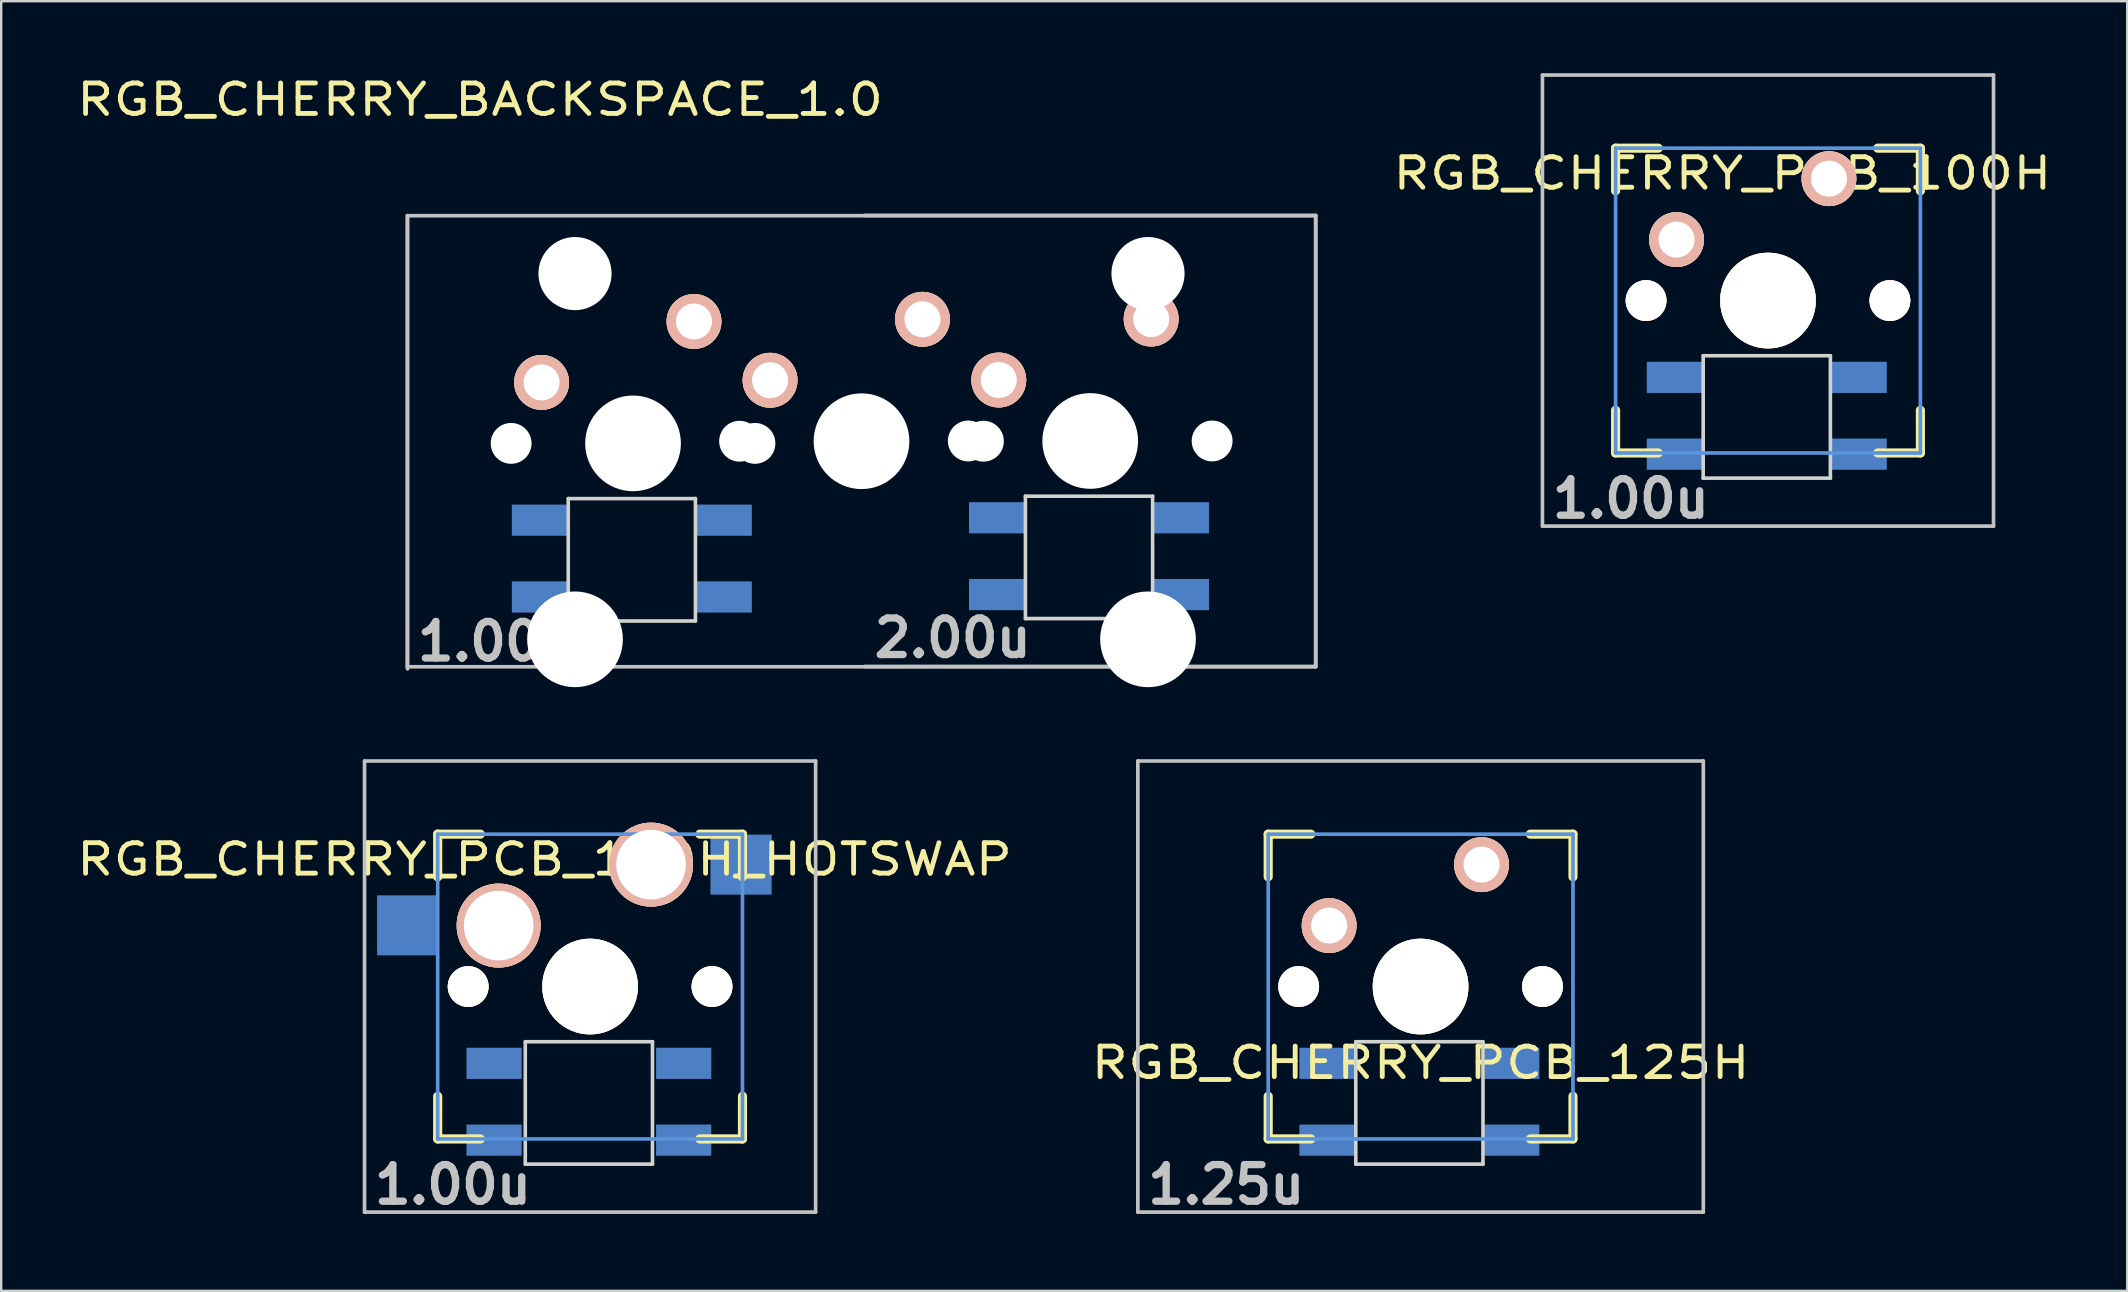
<source format=kicad_pcb>
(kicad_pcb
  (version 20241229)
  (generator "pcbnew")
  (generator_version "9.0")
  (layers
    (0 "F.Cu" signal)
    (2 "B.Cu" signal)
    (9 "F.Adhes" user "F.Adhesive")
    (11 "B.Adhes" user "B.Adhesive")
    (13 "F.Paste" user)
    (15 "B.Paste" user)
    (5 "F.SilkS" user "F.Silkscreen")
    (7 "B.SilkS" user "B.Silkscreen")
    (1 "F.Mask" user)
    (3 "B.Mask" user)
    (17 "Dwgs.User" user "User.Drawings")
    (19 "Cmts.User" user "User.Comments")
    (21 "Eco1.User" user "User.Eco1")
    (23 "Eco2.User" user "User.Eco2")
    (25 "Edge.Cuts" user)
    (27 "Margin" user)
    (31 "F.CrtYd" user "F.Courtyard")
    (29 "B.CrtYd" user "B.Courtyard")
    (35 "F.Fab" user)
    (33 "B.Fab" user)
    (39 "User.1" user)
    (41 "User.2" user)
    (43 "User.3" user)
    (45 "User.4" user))
  (footprint "RGB_CHERRY_PCB_125H"
    (layer "F.Cu")
    (at 56.144 38.058)
    (property "Reference" "RGB_CHERRY_PCB_125H" (at 0 3.175 0) (layer "F.SilkS") (effects (font (size 1.27 1.524) (thickness 0.203))))
    (attr through_hole)
    (fp_line (start -6.35 -6.35) (end -4.572 -6.35) (stroke (width 0.381) (type solid)) (layer "F.SilkS"))
    (fp_line (start -6.35 -4.572) (end -6.35 -6.35) (stroke (width 0.381) (type solid)) (layer "F.SilkS"))
    (fp_line (start -6.35 6.35) (end -6.35 4.572) (stroke (width 0.381) (type solid)) (layer "F.SilkS"))
    (fp_line (start -4.572 6.35) (end -6.35 6.35) (stroke (width 0.381) (type solid)) (layer "F.SilkS"))
    (fp_line (start 4.572 -6.35) (end 6.35 -6.35) (stroke (width 0.381) (type solid)) (layer "F.SilkS"))
    (fp_line (start 6.35 -6.35) (end 6.35 -4.572) (stroke (width 0.381) (type solid)) (layer "F.SilkS"))
    (fp_line (start 6.35 4.572) (end 6.35 6.35) (stroke (width 0.381) (type solid)) (layer "F.SilkS"))
    (fp_line (start 6.35 6.35) (end 4.572 6.35) (stroke (width 0.381) (type solid)) (layer "F.SilkS"))
    (fp_line (start -11.781 -9.398) (end 11.781 -9.398) (stroke (width 0.152) (type solid)) (layer "Dwgs.User"))
    (fp_line (start -11.781 9.398) (end -11.781 -9.398) (stroke (width 0.152) (type solid)) (layer "Dwgs.User"))
    (fp_line (start 11.781 -9.398) (end 11.781 9.398) (stroke (width 0.152) (type solid)) (layer "Dwgs.User"))
    (fp_line (start 11.781 9.398) (end -11.781 9.398) (stroke (width 0.152) (type solid)) (layer "Dwgs.User"))
    (fp_line (start -6.35 -6.35) (end 6.35 -6.35) (stroke (width 0.152) (type solid)) (layer "Cmts.User"))
    (fp_line (start -6.35 6.35) (end -6.35 -6.35) (stroke (width 0.152) (type solid)) (layer "Cmts.User"))
    (fp_line (start 6.35 -6.35) (end 6.35 6.35) (stroke (width 0.152) (type solid)) (layer "Cmts.User"))
    (fp_line (start 6.35 6.35) (end -6.35 6.35) (stroke (width 0.152) (type solid)) (layer "Cmts.User"))
    (fp_line (start -6.985 -6.985) (end 6.985 -6.985) (stroke (width 0.152) (type solid)) (layer "Eco2.User"))
    (fp_line (start -6.985 6.985) (end -6.985 -6.985) (stroke (width 0.152) (type solid)) (layer "Eco2.User"))
    (fp_line (start 6.985 -6.985) (end 6.985 6.985) (stroke (width 0.152) (type solid)) (layer "Eco2.User"))
    (fp_line (start 6.985 6.985) (end -6.985 6.985) (stroke (width 0.152) (type solid)) (layer "Eco2.User"))
    (fp_line (start -2.7 2.3) (end -2.7 7.4) (stroke (width 0.15) (type solid)) (layer "Edge.Cuts"))
    (fp_line (start -2.7 2.3) (end 2.6 2.3) (stroke (width 0.15) (type solid)) (layer "Edge.Cuts"))
    (fp_line (start 2.6 2.3) (end 2.6 7.4) (stroke (width 0.15) (type solid)) (layer "Edge.Cuts"))
    (fp_line (start 2.6 7.4) (end -2.7 7.4) (stroke (width 0.15) (type solid)) (layer "Edge.Cuts"))
    (fp_text user "1.25u" (at -8.098 8.255 0) (layer "Dwgs.User") (effects (font (size 1.524 1.524) (thickness 0.305))))
    (pad "" np_thru_hole circle (at -5.08 0) (size 1.702 1.702) (drill 1.702) (layers "*.Cu" "*.SilkS" "*.Mask"))
    (pad "" np_thru_hole circle (at 0 0) (size 3.988 3.988) (drill 3.988) (layers "*.Cu" "*.SilkS" "*.Mask"))
    (pad "" np_thru_hole circle (at 5.08 0) (size 1.702 1.702) (drill 1.702) (layers "*.Cu" "*.SilkS" "*.Mask"))
    (pad "1" thru_hole circle (at 2.54 -5.08) (size 2.286 2.286) (drill 1.499) (layers "*.Cu" "*.SilkS" "*.Mask"))
    (pad "2" thru_hole circle (at -3.81 -2.54) (size 2.286 2.286) (drill 1.499) (layers "*.Cu" "*.SilkS" "*.Mask"))
    (pad "3" smd rect (at -2.8 3.2) (size 2.3 1.3) (drill (offset -1.1 0)) (layers "B.Cu" "B.Mask" "B.Paste"))
    (pad "4" smd rect (at -2.8 6.4) (size 2.3 1.3) (drill (offset -1.1 0)) (layers "B.Cu" "B.Mask" "B.Paste"))
    (pad "5" smd rect (at 2.7 6.4) (size 2.3 1.3) (drill (offset 1.1 0)) (layers "B.Cu" "B.Mask" "B.Paste"))
    (pad "6" smd rect (at 2.7 3.2) (size 2.3 1.3) (drill (offset 1.1 0)) (layers "B.Cu" "B.Mask" "B.Paste")))
  (footprint "RGB_CHERRY_PCB_100H_HOTSWAP"
    (layer "F.Cu")
    (at 21.538 38.058)
    (property "Reference" "RGB_CHERRY_PCB_100H_HOTSWAP" (at -1.9 -5.3 0) (layer "F.SilkS") (effects (font (size 1.27 1.524) (thickness 0.203))))
    (attr through_hole)
    (fp_line (start -6.35 -6.35) (end -4.572 -6.35) (stroke (width 0.381) (type solid)) (layer "F.SilkS"))
    (fp_line (start -6.35 -4.572) (end -6.35 -6.35) (stroke (width 0.381) (type solid)) (layer "F.SilkS"))
    (fp_line (start -6.35 6.35) (end -6.35 4.572) (stroke (width 0.381) (type solid)) (layer "F.SilkS"))
    (fp_line (start -4.572 6.35) (end -6.35 6.35) (stroke (width 0.381) (type solid)) (layer "F.SilkS"))
    (fp_line (start 4.572 -6.35) (end 6.35 -6.35) (stroke (width 0.381) (type solid)) (layer "F.SilkS"))
    (fp_line (start 6.35 -6.35) (end 6.35 -4.572) (stroke (width 0.381) (type solid)) (layer "F.SilkS"))
    (fp_line (start 6.35 4.572) (end 6.35 6.35) (stroke (width 0.381) (type solid)) (layer "F.SilkS"))
    (fp_line (start 6.35 6.35) (end 4.572 6.35) (stroke (width 0.381) (type solid)) (layer "F.SilkS"))
    (fp_line (start -9.398 -9.398) (end 9.398 -9.398) (stroke (width 0.152) (type solid)) (layer "Dwgs.User"))
    (fp_line (start -9.398 9.398) (end -9.398 -9.398) (stroke (width 0.152) (type solid)) (layer "Dwgs.User"))
    (fp_line (start 9.398 -9.398) (end 9.398 9.398) (stroke (width 0.152) (type solid)) (layer "Dwgs.User"))
    (fp_line (start 9.398 9.398) (end -9.398 9.398) (stroke (width 0.152) (type solid)) (layer "Dwgs.User"))
    (fp_line (start -6.35 -6.35) (end 6.35 -6.35) (stroke (width 0.152) (type solid)) (layer "Cmts.User"))
    (fp_line (start -6.35 6.35) (end -6.35 -6.35) (stroke (width 0.152) (type solid)) (layer "Cmts.User"))
    (fp_line (start 6.35 -6.35) (end 6.35 6.35) (stroke (width 0.152) (type solid)) (layer "Cmts.User"))
    (fp_line (start 6.35 6.35) (end -6.35 6.35) (stroke (width 0.152) (type solid)) (layer "Cmts.User"))
    (fp_line (start -6.985 -6.985) (end 6.985 -6.985) (stroke (width 0.152) (type solid)) (layer "Eco2.User"))
    (fp_line (start -6.985 6.985) (end -6.985 -6.985) (stroke (width 0.152) (type solid)) (layer "Eco2.User"))
    (fp_line (start 6.985 -6.985) (end 6.985 6.985) (stroke (width 0.152) (type solid)) (layer "Eco2.User"))
    (fp_line (start 6.985 6.985) (end -6.985 6.985) (stroke (width 0.152) (type solid)) (layer "Eco2.User"))
    (fp_line (start -2.7 2.3) (end -2.7 7.4) (stroke (width 0.15) (type solid)) (layer "Edge.Cuts"))
    (fp_line (start -2.7 2.3) (end 2.6 2.3) (stroke (width 0.15) (type solid)) (layer "Edge.Cuts"))
    (fp_line (start 2.6 2.3) (end 2.6 7.4) (stroke (width 0.15) (type solid)) (layer "Edge.Cuts"))
    (fp_line (start 2.6 7.4) (end -2.7 7.4) (stroke (width 0.15) (type solid)) (layer "Edge.Cuts"))
    (fp_text user "1.00u" (at -5.715 8.255 0) (layer "Dwgs.User") (effects (font (size 1.524 1.524) (thickness 0.305))))
    (pad "" np_thru_hole circle (at -5.08 0) (size 1.702 1.702) (drill 1.702) (layers "*.Cu" "*.SilkS" "*.Mask"))
    (pad "" np_thru_hole circle (at 0 0) (size 3.988 3.988) (drill 3.988) (layers "*.Cu" "*.SilkS" "*.Mask"))
    (pad "" np_thru_hole circle (at 5.08 0) (size 1.702 1.702) (drill 1.702) (layers "*.Cu" "*.SilkS" "*.Mask"))
    (pad "1" thru_hole circle (at 2.54 -5.08) (size 3.5 3.5) (drill 2.9) (layers "*.Cu" "*.SilkS" "*.Mask"))
    (pad "1" smd rect (at 6.29 -5.08) (size 2.55 2.5) (layers "B.Cu" "B.Mask" "B.Paste"))
    (pad "2" smd rect (at -7.6 -2.55) (size 2.55 2.5) (layers "B.Cu" "B.Mask" "B.Paste"))
    (pad "2" thru_hole circle (at -3.81 -2.54) (size 3.5 3.5) (drill 2.9) (layers "*.Cu" "*.SilkS" "*.Mask"))
    (pad "3" smd rect (at -5.1 3.2 180) (size 2.3 1.3) (drill (offset -1.1 0)) (layers "B.Cu" "B.Mask" "B.Paste"))
    (pad "4" smd rect (at -5.1 6.4 180) (size 2.3 1.3) (drill (offset -1.1 0)) (layers "B.Cu" "B.Mask" "B.Paste"))
    (pad "5" smd rect (at 5 6.4 180) (size 2.3 1.3) (drill (offset 1.1 0)) (layers "B.Cu" "B.Mask" "B.Paste"))
    (pad "6" smd rect (at 5 3.2 180) (size 2.3 1.3) (drill (offset 1.1 0)) (layers "B.Cu" "B.Mask" "B.Paste")))
  (footprint "RGB_CHERRY_BACKSPACE_1.0"
    (layer "F.Cu")
    (at 30.998 13.485)
    (property "Reference" "RGB_CHERRY_BACKSPACE_1.0" (at -14.045 -12.385 0) (layer "F.SilkS") (effects (font (size 1.27 1.524) (thickness 0.203))))
    (attr through_hole)
    (fp_line (start -17.073 -7.548) (end 20.773 -7.548) (stroke (width 0.152) (type solid)) (layer "Dwgs.User"))
    (fp_line (start -17.073 11.248) (end -17.073 -7.548) (stroke (width 0.152) (type solid)) (layer "Dwgs.User"))
    (fp_line (start -17.068 11.338) (end -17.068 -7.458) (stroke (width 0.152) (type solid)) (layer "Dwgs.User"))
    (fp_line (start 1.982 -7.558) (end 20.778 -7.558) (stroke (width 0.152) (type solid)) (layer "Dwgs.User"))
    (fp_line (start 20.773 -7.548) (end 20.773 11.248) (stroke (width 0.152) (type solid)) (layer "Dwgs.User"))
    (fp_line (start 20.773 11.248) (end -17.073 11.248) (stroke (width 0.152) (type solid)) (layer "Dwgs.User"))
    (fp_line (start 20.778 -7.558) (end 20.778 11.238) (stroke (width 0.152) (type solid)) (layer "Dwgs.User"))
    (fp_line (start 20.778 11.238) (end 1.982 11.238) (stroke (width 0.152) (type solid)) (layer "Dwgs.User"))
    (fp_line (start -14.655 -5.045) (end -0.685 -5.045) (stroke (width 0.152) (type solid)) (layer "Eco2.User"))
    (fp_line (start -14.655 8.925) (end -14.655 -5.045) (stroke (width 0.152) (type solid)) (layer "Eco2.User"))
    (fp_line (start 4.395 -5.145) (end 18.365 -5.145) (stroke (width 0.152) (type solid)) (layer "Eco2.User"))
    (fp_line (start 18.365 -5.145) (end 18.365 8.825) (stroke (width 0.152) (type solid)) (layer "Eco2.User"))
    (fp_line (start -10.37 4.24) (end -10.37 9.34) (stroke (width 0.15) (type solid)) (layer "Edge.Cuts"))
    (fp_line (start -10.37 4.24) (end -5.07 4.24) (stroke (width 0.15) (type solid)) (layer "Edge.Cuts"))
    (fp_line (start -5.07 4.24) (end -5.07 9.34) (stroke (width 0.15) (type solid)) (layer "Edge.Cuts"))
    (fp_line (start -5.07 9.34) (end -10.37 9.34) (stroke (width 0.15) (type solid)) (layer "Edge.Cuts"))
    (fp_line (start 8.68 4.14) (end 8.68 9.24) (stroke (width 0.15) (type solid)) (layer "Edge.Cuts"))
    (fp_line (start 8.68 4.14) (end 13.98 4.14) (stroke (width 0.15) (type solid)) (layer "Edge.Cuts"))
    (fp_line (start 13.98 4.14) (end 13.98 9.24) (stroke (width 0.15) (type solid)) (layer "Edge.Cuts"))
    (fp_line (start 13.98 9.24) (end 8.68 9.24) (stroke (width 0.15) (type solid)) (layer "Edge.Cuts"))
    (fp_text user "1.00u" (at -13.385 10.195 0) (layer "Dwgs.User") (effects (font (size 1.524 1.524) (thickness 0.305))))
    (fp_text user "2.00u" (at 5.65 10.05 0) (layer "Dwgs.User") (effects (font (size 1.524 1.524) (thickness 0.305))))
    (pad "" np_thru_hole circle (at -12.75 1.94) (size 1.702 1.702) (drill 1.702) (layers "*.Cu"))
    (pad "" np_thru_hole circle (at -10.088 -5.135) (size 3.048 3.048) (drill 3.048) (layers "*.Cu"))
    (pad "" np_thru_hole circle (at -10.088 10.105) (size 3.988 3.988) (drill 3.988) (layers "*.Cu"))
    (pad "" np_thru_hole circle (at -7.67 1.94) (size 3.988 3.988) (drill 3.988) (layers "*.Cu"))
    (pad "" np_thru_hole circle (at -3.23 1.85) (size 1.702 1.702) (drill 1.702) (layers "*.Cu"))
    (pad "" np_thru_hole circle (at -2.59 1.94) (size 1.702 1.702) (drill 1.702) (layers "*.Cu"))
    (pad "" np_thru_hole circle (at 1.85 1.85) (size 3.988 3.988) (drill 3.988) (layers "*.Cu"))
    (pad "" np_thru_hole circle (at 6.3 1.84) (size 1.702 1.702) (drill 1.702) (layers "*.Cu"))
    (pad "" np_thru_hole circle (at 6.93 1.85) (size 1.702 1.702) (drill 1.702) (layers "*.Cu"))
    (pad "" np_thru_hole circle (at 11.38 1.84) (size 3.988 3.988) (drill 3.988) (layers "*.Cu"))
    (pad "" np_thru_hole circle (at 13.788 -5.135) (size 3.048 3.048) (drill 3.048) (layers "*.Cu"))
    (pad "" np_thru_hole circle (at 13.788 10.105) (size 3.988 3.988) (drill 3.988) (layers "*.Cu"))
    (pad "" np_thru_hole circle (at 16.46 1.84) (size 1.702 1.702) (drill 1.702) (layers "*.Cu"))
    (pad "1" thru_hole circle (at -5.13 -3.14) (size 2.286 2.286) (drill 1.499) (layers "*.Cu" "*.SilkS" "*.Mask"))
    (pad "1" thru_hole circle (at 4.39 -3.23) (size 2.286 2.286) (drill 1.499) (layers "*.Cu" "*.SilkS" "*.Mask"))
    (pad "2" thru_hole circle (at -11.48 -0.6) (size 2.286 2.286) (drill 1.499) (layers "*.Cu" "*.SilkS" "*.Mask"))
    (pad "2" thru_hole circle (at -1.96 -0.69) (size 2.286 2.286) (drill 1.499) (layers "*.Cu" "*.SilkS" "*.Mask"))
    (pad "3" thru_hole circle (at 13.92 -3.24) (size 2.286 2.286) (drill 1.499) (layers "*.Cu" "*.SilkS" "*.Mask"))
    (pad "4" thru_hole circle (at 7.57 -0.7) (size 2.286 2.286) (drill 1.499) (layers "*.Cu" "*.SilkS" "*.Mask"))
    (pad "5" smd rect (at -10.47 5.14) (size 2.3 1.3) (drill (offset -1.1 0)) (layers "B.Cu" "B.Mask" "B.Paste"))
    (pad "6" smd rect (at -10.47 8.34) (size 2.3 1.3) (drill (offset -1.1 0)) (layers "B.Cu" "B.Mask" "B.Paste"))
    (pad "7" smd rect (at -4.97 8.34) (size 2.3 1.3) (drill (offset 1.1 0)) (layers "B.Cu" "B.Mask" "B.Paste"))
    (pad "8" smd rect (at -4.97 5.14) (size 2.3 1.3) (drill (offset 1.1 0)) (layers "B.Cu" "B.Mask" "B.Paste"))
    (pad "9" smd rect (at 8.58 5.04) (size 2.3 1.3) (drill (offset -1.1 0)) (layers "B.Cu" "B.Mask" "B.Paste"))
    (pad "10" smd rect (at 8.58 8.24) (size 2.3 1.3) (drill (offset -1.1 0)) (layers "B.Cu" "B.Mask" "B.Paste"))
    (pad "11" smd rect (at 14.08 8.24) (size 2.3 1.3) (drill (offset 1.1 0)) (layers "B.Cu" "B.Mask" "B.Paste"))
    (pad "12" smd rect (at 14.08 5.04) (size 2.3 1.3) (drill (offset 1.1 0)) (layers "B.Cu" "B.Mask" "B.Paste")))
  (footprint "RGB_CHERRY_PCB_100H"
    (layer "F.Cu")
    (at 70.62 9.474)
    (property "Reference" "RGB_CHERRY_PCB_100H" (at -1.9 -5.3 0) (layer "F.SilkS") (effects (font (size 1.27 1.524) (thickness 0.203))))
    (attr through_hole)
    (fp_line (start -6.35 -6.35) (end -4.572 -6.35) (stroke (width 0.381) (type solid)) (layer "F.SilkS"))
    (fp_line (start -6.35 -4.572) (end -6.35 -6.35) (stroke (width 0.381) (type solid)) (layer "F.SilkS"))
    (fp_line (start -6.35 6.35) (end -6.35 4.572) (stroke (width 0.381) (type solid)) (layer "F.SilkS"))
    (fp_line (start -4.572 6.35) (end -6.35 6.35) (stroke (width 0.381) (type solid)) (layer "F.SilkS"))
    (fp_line (start 4.572 -6.35) (end 6.35 -6.35) (stroke (width 0.381) (type solid)) (layer "F.SilkS"))
    (fp_line (start 6.35 -6.35) (end 6.35 -4.572) (stroke (width 0.381) (type solid)) (layer "F.SilkS"))
    (fp_line (start 6.35 4.572) (end 6.35 6.35) (stroke (width 0.381) (type solid)) (layer "F.SilkS"))
    (fp_line (start 6.35 6.35) (end 4.572 6.35) (stroke (width 0.381) (type solid)) (layer "F.SilkS"))
    (fp_line (start -9.398 -9.398) (end 9.398 -9.398) (stroke (width 0.152) (type solid)) (layer "Dwgs.User"))
    (fp_line (start -9.398 9.398) (end -9.398 -9.398) (stroke (width 0.152) (type solid)) (layer "Dwgs.User"))
    (fp_line (start 9.398 -9.398) (end 9.398 9.398) (stroke (width 0.152) (type solid)) (layer "Dwgs.User"))
    (fp_line (start 9.398 9.398) (end -9.398 9.398) (stroke (width 0.152) (type solid)) (layer "Dwgs.User"))
    (fp_line (start -6.35 -6.35) (end 6.35 -6.35) (stroke (width 0.152) (type solid)) (layer "Cmts.User"))
    (fp_line (start -6.35 6.35) (end -6.35 -6.35) (stroke (width 0.152) (type solid)) (layer "Cmts.User"))
    (fp_line (start 6.35 -6.35) (end 6.35 6.35) (stroke (width 0.152) (type solid)) (layer "Cmts.User"))
    (fp_line (start 6.35 6.35) (end -6.35 6.35) (stroke (width 0.152) (type solid)) (layer "Cmts.User"))
    (fp_line (start -6.985 -6.985) (end 6.985 -6.985) (stroke (width 0.152) (type solid)) (layer "Eco2.User"))
    (fp_line (start -6.985 6.985) (end -6.985 -6.985) (stroke (width 0.152) (type solid)) (layer "Eco2.User"))
    (fp_line (start 6.985 -6.985) (end 6.985 6.985) (stroke (width 0.152) (type solid)) (layer "Eco2.User"))
    (fp_line (start 6.985 6.985) (end -6.985 6.985) (stroke (width 0.152) (type solid)) (layer "Eco2.User"))
    (fp_line (start -2.7 2.3) (end -2.7 7.4) (stroke (width 0.15) (type solid)) (layer "Edge.Cuts"))
    (fp_line (start -2.7 2.3) (end 2.6 2.3) (stroke (width 0.15) (type solid)) (layer "Edge.Cuts"))
    (fp_line (start 2.6 2.3) (end 2.6 7.4) (stroke (width 0.15) (type solid)) (layer "Edge.Cuts"))
    (fp_line (start 2.6 7.4) (end -2.7 7.4) (stroke (width 0.15) (type solid)) (layer "Edge.Cuts"))
    (fp_text user "1.00u" (at -5.715 8.255 0) (layer "Dwgs.User") (effects (font (size 1.524 1.524) (thickness 0.305))))
    (pad "" np_thru_hole circle (at -5.08 0) (size 1.702 1.702) (drill 1.702) (layers "*.Cu" "*.SilkS" "*.Mask"))
    (pad "" np_thru_hole circle (at 0 0) (size 3.988 3.988) (drill 3.988) (layers "*.Cu" "*.SilkS" "*.Mask"))
    (pad "" np_thru_hole circle (at 5.08 0) (size 1.702 1.702) (drill 1.702) (layers "*.Cu" "*.SilkS" "*.Mask"))
    (pad "1" thru_hole circle (at 2.54 -5.08) (size 2.286 2.286) (drill 1.499) (layers "*.Cu" "*.SilkS" "*.Mask"))
    (pad "2" thru_hole circle (at -3.81 -2.54) (size 2.286 2.286) (drill 1.499) (layers "*.Cu" "*.SilkS" "*.Mask"))
    (pad "3" smd rect (at -2.8 3.2) (size 2.3 1.3) (drill (offset -1.1 0)) (layers "B.Cu" "B.Mask" "B.Paste"))
    (pad "4" smd rect (at -2.8 6.4) (size 2.3 1.3) (drill (offset -1.1 0)) (layers "B.Cu" "B.Mask" "B.Paste"))
    (pad "5" smd rect (at 2.7 6.4) (size 2.3 1.3) (drill (offset 1.1 0)) (layers "B.Cu" "B.Mask" "B.Paste"))
    (pad "6" smd rect (at 2.7 3.2) (size 2.3 1.3) (drill (offset 1.1 0)) (layers "B.Cu" "B.Mask" "B.Paste")))
  (gr_rect
    (start -3 -3)
    (end 85.589 50.739)
    (stroke (width 0.1) (type default))
    (fill no)
    (layer "Edge.Cuts")))
</source>
